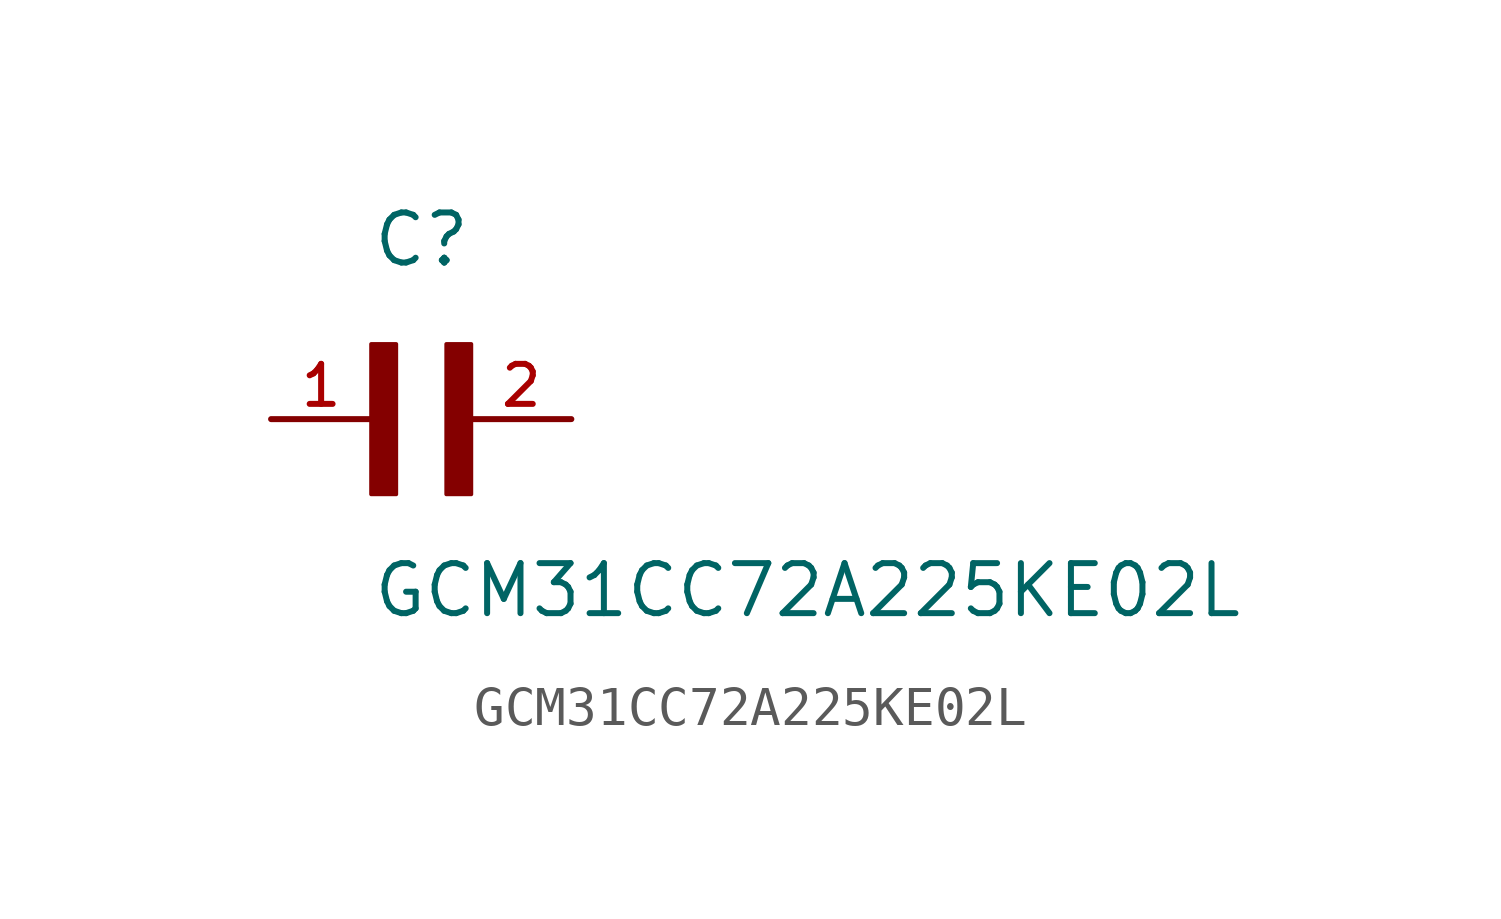
<source format=kicad_sym>
(kicad_symbol_lib
  (version 20211014)
  (generator kicad_symbol_editor)
  (symbol "GCM31CC72A225KE02L"
    (pin_names
      (offset 1.016))
    (property "Reference" "C"
      (at 0.0 3.811 0)
      (effects (font (size 1.27 1.27)) (justify bottom left)))
    (property "Value" "GCM31CC72A225KE02L"
      (at 0.0 -5.088 0)
      (effects (font (size 1.27 1.27)) (justify bottom left)))
    (symbol "GCM31CC72A225KE02L_0_0"
      (rectangle (start 0.0 -1.907) (end 0.635 1.905) (stroke (width 0.1)) (fill (type outline)))
      (rectangle (start 1.907 -1.907) (end 2.54 1.905) (stroke (width 0.1)) (fill (type outline)))
      (pin passive line (at 5.08 0.0 180.0) (length 2.54) (name "~" (effects (font (size 1.016 1.016)))) (number "2" (effects (font (size 1.016 1.016)))))
      (pin passive line (at -2.54 0.0 0) (length 2.54) (name "~" (effects (font (size 1.016 1.016)))) (number "1" (effects (font (size 1.016 1.016))))))))
</source>
